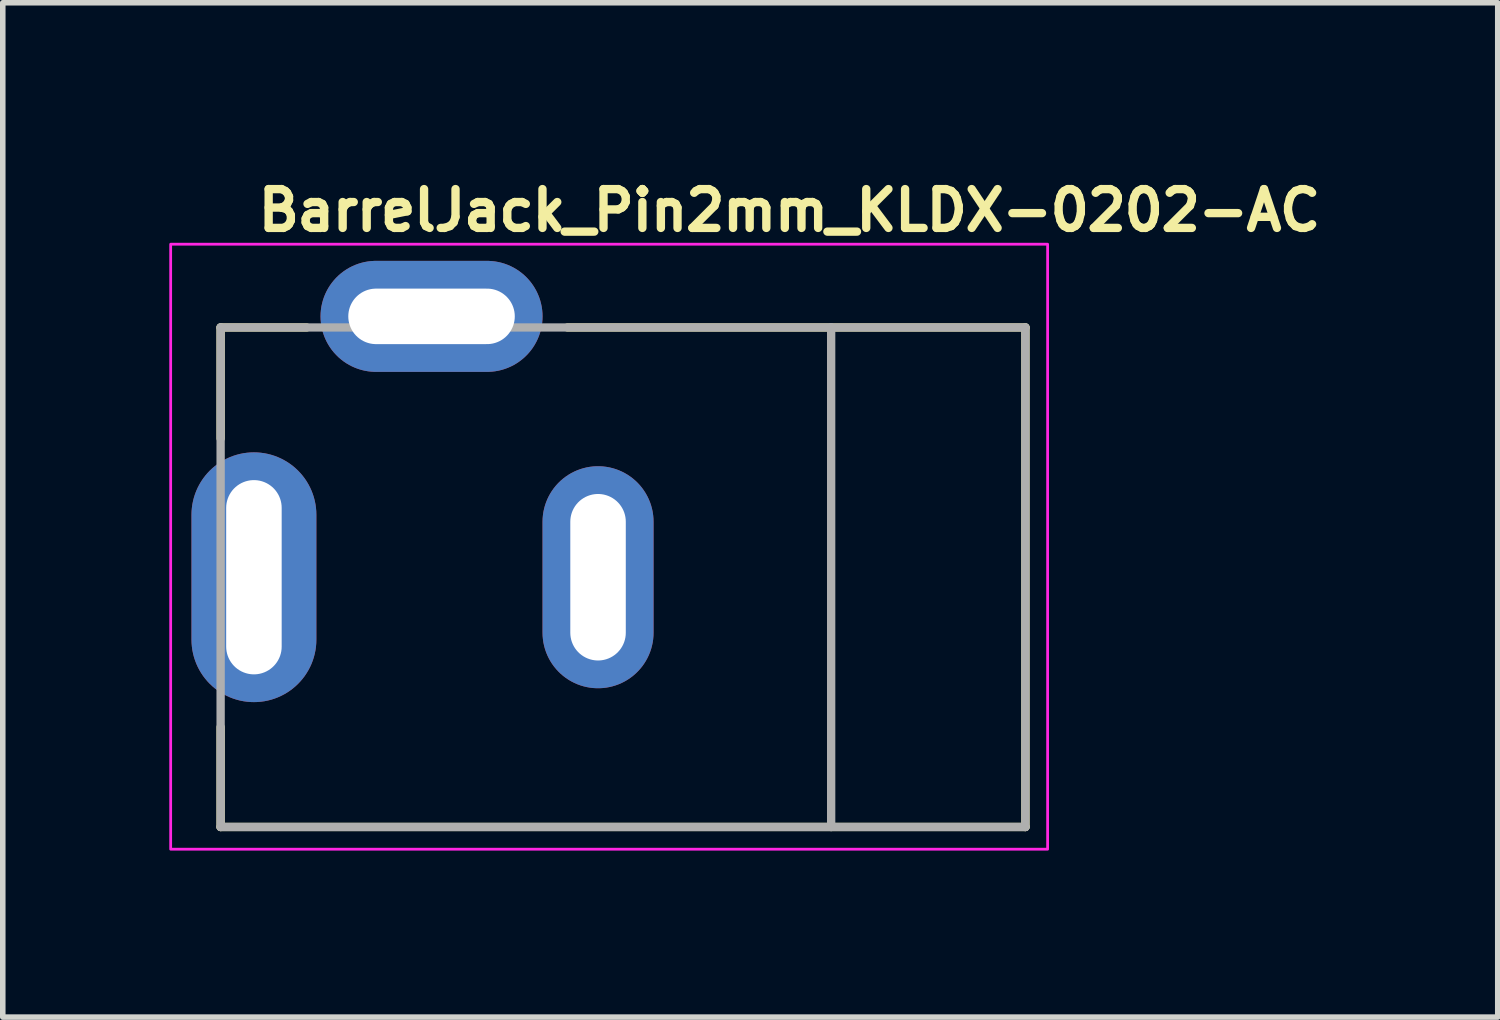
<source format=kicad_pcb>
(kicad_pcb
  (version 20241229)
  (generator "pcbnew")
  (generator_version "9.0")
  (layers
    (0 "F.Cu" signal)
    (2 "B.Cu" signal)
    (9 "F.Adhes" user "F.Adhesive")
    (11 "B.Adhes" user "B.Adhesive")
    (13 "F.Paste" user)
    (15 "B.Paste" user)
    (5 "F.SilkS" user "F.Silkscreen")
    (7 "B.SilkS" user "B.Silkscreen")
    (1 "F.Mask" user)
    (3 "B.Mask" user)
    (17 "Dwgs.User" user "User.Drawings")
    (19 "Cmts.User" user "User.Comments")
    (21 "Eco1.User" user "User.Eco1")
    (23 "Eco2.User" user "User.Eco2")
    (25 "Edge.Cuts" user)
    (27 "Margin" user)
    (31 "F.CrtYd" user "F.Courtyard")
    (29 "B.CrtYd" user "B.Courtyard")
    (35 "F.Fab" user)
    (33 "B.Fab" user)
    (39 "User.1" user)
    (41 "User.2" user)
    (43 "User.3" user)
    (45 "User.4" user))
  (footprint "BarrelJack_Pin2mm_KLDX-0202-AC"
    (layer "F.Cu")
    (at 1.525 7.35)
    (property "Reference" "BarrelJack_Pin2mm_KLDX-0202-AC" (at 0 -6.2 0) (layer "F.SilkS") (effects (font (size 0.7 0.7) (thickness 0.15)) (justify left bottom)))
    (attr through_hole)
    (fp_line (start -0.6 -4.5) (end 0.95 -4.5) (stroke (width 0.15) (type solid)) (layer "F.SilkS"))
    (fp_line (start -0.6 -2.5) (end -0.6 -4.5) (stroke (width 0.15) (type solid)) (layer "F.SilkS"))
    (fp_line (start -0.6 4.5) (end -0.6 2.7) (stroke (width 0.15) (type solid)) (layer "F.SilkS"))
    (fp_line (start 13.9 -4.5) (end 5.65 -4.5) (stroke (width 0.15) (type solid)) (layer "F.SilkS"))
    (fp_line (start 13.9 4.5) (end -0.6 4.5) (stroke (width 0.15) (type solid)) (layer "F.SilkS"))
    (fp_line (start 13.9 4.5) (end 13.9 -4.5) (stroke (width 0.15) (type solid)) (layer "F.SilkS"))
    (fp_rect (start -1.5 -6) (end 14.3 4.9) (stroke (width 0.05) (type solid)) (fill no) (layer "F.CrtYd"))
    (fp_line (start -0.6 -4.5) (end 10.4 -4.5) (stroke (width 0.15) (type solid)) (layer "F.Fab"))
    (fp_line (start -0.6 4.5) (end -0.6 -4.5) (stroke (width 0.15) (type solid)) (layer "F.Fab"))
    (fp_line (start 10.4 -4.5) (end 13.9 -4.5) (stroke (width 0.15) (type solid)) (layer "F.Fab"))
    (fp_line (start 10.4 4.5) (end -0.6 4.5) (stroke (width 0.15) (type solid)) (layer "F.Fab"))
    (fp_line (start 10.4 4.5) (end 10.4 -4.5) (stroke (width 0.15) (type solid)) (layer "F.Fab"))
    (fp_line (start 13.9 -4.5) (end 13.9 4.5) (stroke (width 0.15) (type solid)) (layer "F.Fab"))
    (fp_line (start 13.9 4.5) (end 10.4 4.5) (stroke (width 0.15) (type solid)) (layer "F.Fab"))
    (fp_rect (start 13.9 4.5) (end -0.6 -4.9) (stroke (width 0.1) (type solid)) (fill no) (layer "User.5"))
    (fp_line (start -0.6 -4.5) (end 0.2 -4.5) (stroke (width 0.02) (type solid)) (layer "User.9"))
    (fp_line (start -0.6 -2) (end -0.6 -4.5) (stroke (width 0.02) (type solid)) (layer "User.9"))
    (fp_line (start -0.6 -2) (end -0.2 -2) (stroke (width 0.02) (type solid)) (layer "User.9"))
    (fp_line (start -0.6 2) (end -0.2 2) (stroke (width 0.02) (type solid)) (layer "User.9"))
    (fp_line (start -0.6 4.5) (end -0.6 2) (stroke (width 0.02) (type solid)) (layer "User.9"))
    (fp_line (start -0.4 -1.335) (end -0.4 -1.325) (stroke (width 0.02) (type solid)) (layer "User.9"))
    (fp_line (start -0.4 -1.325) (end -0.4 -1.317) (stroke (width 0.02) (type solid)) (layer "User.9"))
    (fp_line (start -0.4 -1.317) (end -0.4 -1.325) (stroke (width 0.02) (type solid)) (layer "User.9"))
    (fp_line (start -0.4 -1.317) (end -0.4 -1.317) (stroke (width 0.02) (type solid)) (layer "User.9"))
    (fp_line (start -0.4 -1.317) (end -0.4 -1.317) (stroke (width 0.02) (type solid)) (layer "User.9"))
    (fp_line (start -0.4 -1.317) (end -0.4 -1.292) (stroke (width 0.02) (type solid)) (layer "User.9"))
    (fp_line (start -0.4 -1.292) (end -0.4 -1.317) (stroke (width 0.02) (type solid)) (layer "User.9"))
    (fp_line (start -0.4 -1.292) (end -0.4 -1.292) (stroke (width 0.02) (type solid)) (layer "User.9"))
    (fp_line (start -0.4 -1.292) (end -0.4 -1.292) (stroke (width 0.02) (type solid)) (layer "User.9"))
    (fp_line (start -0.4 -1.292) (end -0.4 -1.251) (stroke (width 0.02) (type solid)) (layer "User.9"))
    (fp_line (start -0.4 -1.251) (end -0.4 -1.292) (stroke (width 0.02) (type solid)) (layer "User.9"))
    (fp_line (start -0.4 -1.251) (end -0.4 -1.251) (stroke (width 0.02) (type solid)) (layer "User.9"))
    (fp_line (start -0.4 -1.251) (end -0.4 -1.251) (stroke (width 0.02) (type solid)) (layer "User.9"))
    (fp_line (start -0.4 -1.251) (end -0.4 -1.194) (stroke (width 0.02) (type solid)) (layer "User.9"))
    (fp_line (start -0.4 -1.194) (end -0.4 -1.251) (stroke (width 0.02) (type solid)) (layer "User.9"))
    (fp_line (start -0.4 -1.194) (end -0.4 -1.194) (stroke (width 0.02) (type solid)) (layer "User.9"))
    (fp_line (start -0.4 -1.194) (end -0.4 -1.194) (stroke (width 0.02) (type solid)) (layer "User.9"))
    (fp_line (start -0.4 -1.194) (end -0.4 -1.122) (stroke (width 0.02) (type solid)) (layer "User.9"))
    (fp_line (start -0.4 -1.122) (end -0.4 -1.194) (stroke (width 0.02) (type solid)) (layer "User.9"))
    (fp_line (start -0.4 -1.122) (end -0.4 -1.122) (stroke (width 0.02) (type solid)) (layer "User.9"))
    (fp_line (start -0.4 -1.122) (end -0.4 -1.122) (stroke (width 0.02) (type solid)) (layer "User.9"))
    (fp_line (start -0.4 -1.122) (end -0.4 -1.036) (stroke (width 0.02) (type solid)) (layer "User.9"))
    (fp_line (start -0.4 -1.036) (end -0.4 -1.122) (stroke (width 0.02) (type solid)) (layer "User.9"))
    (fp_line (start -0.4 -1.036) (end -0.4 -1.036) (stroke (width 0.02) (type solid)) (layer "User.9"))
    (fp_line (start -0.4 -1.036) (end -0.4 -1.036) (stroke (width 0.02) (type solid)) (layer "User.9"))
    (fp_line (start -0.4 -1.036) (end -0.4 -0.937) (stroke (width 0.02) (type solid)) (layer "User.9"))
    (fp_line (start -0.4 -0.937) (end -0.4 -1.036) (stroke (width 0.02) (type solid)) (layer "User.9"))
    (fp_line (start -0.4 -0.937) (end -0.4 -0.937) (stroke (width 0.02) (type solid)) (layer "User.9"))
    (fp_line (start -0.4 -0.937) (end -0.4 -0.937) (stroke (width 0.02) (type solid)) (layer "User.9"))
    (fp_line (start -0.4 -0.937) (end -0.4 -0.826) (stroke (width 0.02) (type solid)) (layer "User.9"))
    (fp_line (start -0.4 -0.826) (end -0.4 -0.937) (stroke (width 0.02) (type solid)) (layer "User.9"))
    (fp_line (start -0.4 -0.826) (end -0.4 -0.826) (stroke (width 0.02) (type solid)) (layer "User.9"))
    (fp_line (start -0.4 -0.826) (end -0.4 -0.826) (stroke (width 0.02) (type solid)) (layer "User.9"))
    (fp_line (start -0.4 -0.826) (end -0.4 -0.705) (stroke (width 0.02) (type solid)) (layer "User.9"))
    (fp_line (start -0.4 -0.705) (end -0.4 -0.826) (stroke (width 0.02) (type solid)) (layer "User.9"))
    (fp_line (start -0.4 -0.705) (end -0.4 -0.705) (stroke (width 0.02) (type solid)) (layer "User.9"))
    (fp_line (start -0.4 -0.705) (end -0.4 -0.705) (stroke (width 0.02) (type solid)) (layer "User.9"))
    (fp_line (start -0.4 -0.705) (end -0.4 -0.575) (stroke (width 0.02) (type solid)) (layer "User.9"))
    (fp_line (start -0.4 -0.575) (end -0.4 -0.575) (stroke (width 0.02) (type solid)) (layer "User.9"))
    (fp_line (start -0.4 -0.575) (end -0.4 0) (stroke (width 0.02) (type solid)) (layer "User.9"))
    (fp_line (start -0.4 -0.438) (end -0.4 -0.705) (stroke (width 0.02) (type solid)) (layer "User.9"))
    (fp_line (start -0.4 -0.438) (end -0.4 -0.438) (stroke (width 0.02) (type solid)) (layer "User.9"))
    (fp_line (start -0.4 0) (end -0.4 -0.438) (stroke (width 0.02) (type solid)) (layer "User.9"))
    (fp_line (start -0.4 0) (end -0.4 0.438) (stroke (width 0.02) (type solid)) (layer "User.9"))
    (fp_line (start -0.4 0.438) (end -0.4 0.438) (stroke (width 0.02) (type solid)) (layer "User.9"))
    (fp_line (start -0.4 0.438) (end -0.4 0.705) (stroke (width 0.02) (type solid)) (layer "User.9"))
    (fp_line (start -0.4 0.575) (end -0.4 0) (stroke (width 0.02) (type solid)) (layer "User.9"))
    (fp_line (start -0.4 0.575) (end -0.4 0.575) (stroke (width 0.02) (type solid)) (layer "User.9"))
    (fp_line (start -0.4 0.705) (end -0.4 0.575) (stroke (width 0.02) (type solid)) (layer "User.9"))
    (fp_line (start -0.4 0.705) (end -0.4 0.705) (stroke (width 0.02) (type solid)) (layer "User.9"))
    (fp_line (start -0.4 0.705) (end -0.4 0.705) (stroke (width 0.02) (type solid)) (layer "User.9"))
    (fp_line (start -0.4 0.705) (end -0.4 0.826) (stroke (width 0.02) (type solid)) (layer "User.9"))
    (fp_line (start -0.4 0.826) (end -0.4 0.705) (stroke (width 0.02) (type solid)) (layer "User.9"))
    (fp_line (start -0.4 0.826) (end -0.4 0.826) (stroke (width 0.02) (type solid)) (layer "User.9"))
    (fp_line (start -0.4 0.826) (end -0.4 0.826) (stroke (width 0.02) (type solid)) (layer "User.9"))
    (fp_line (start -0.4 0.826) (end -0.4 0.937) (stroke (width 0.02) (type solid)) (layer "User.9"))
    (fp_line (start -0.4 0.937) (end -0.4 0.826) (stroke (width 0.02) (type solid)) (layer "User.9"))
    (fp_line (start -0.4 0.937) (end -0.4 0.937) (stroke (width 0.02) (type solid)) (layer "User.9"))
    (fp_line (start -0.4 0.937) (end -0.4 0.937) (stroke (width 0.02) (type solid)) (layer "User.9"))
    (fp_line (start -0.4 0.937) (end -0.4 1.036) (stroke (width 0.02) (type solid)) (layer "User.9"))
    (fp_line (start -0.4 1.036) (end -0.4 0.937) (stroke (width 0.02) (type solid)) (layer "User.9"))
    (fp_line (start -0.4 1.036) (end -0.4 1.036) (stroke (width 0.02) (type solid)) (layer "User.9"))
    (fp_line (start -0.4 1.036) (end -0.4 1.036) (stroke (width 0.02) (type solid)) (layer "User.9"))
    (fp_line (start -0.4 1.036) (end -0.4 1.122) (stroke (width 0.02) (type solid)) (layer "User.9"))
    (fp_line (start -0.4 1.122) (end -0.4 1.036) (stroke (width 0.02) (type solid)) (layer "User.9"))
    (fp_line (start -0.4 1.122) (end -0.4 1.122) (stroke (width 0.02) (type solid)) (layer "User.9"))
    (fp_line (start -0.4 1.122) (end -0.4 1.122) (stroke (width 0.02) (type solid)) (layer "User.9"))
    (fp_line (start -0.4 1.122) (end -0.4 1.194) (stroke (width 0.02) (type solid)) (layer "User.9"))
    (fp_line (start -0.4 1.194) (end -0.4 1.122) (stroke (width 0.02) (type solid)) (layer "User.9"))
    (fp_line (start -0.4 1.194) (end -0.4 1.194) (stroke (width 0.02) (type solid)) (layer "User.9"))
    (fp_line (start -0.4 1.194) (end -0.4 1.194) (stroke (width 0.02) (type solid)) (layer "User.9"))
    (fp_line (start -0.4 1.194) (end -0.4 1.251) (stroke (width 0.02) (type solid)) (layer "User.9"))
    (fp_line (start -0.4 1.251) (end -0.4 1.194) (stroke (width 0.02) (type solid)) (layer "User.9"))
    (fp_line (start -0.4 1.251) (end -0.4 1.251) (stroke (width 0.02) (type solid)) (layer "User.9"))
    (fp_line (start -0.4 1.251) (end -0.4 1.251) (stroke (width 0.02) (type solid)) (layer "User.9"))
    (fp_line (start -0.4 1.251) (end -0.4 1.292) (stroke (width 0.02) (type solid)) (layer "User.9"))
    (fp_line (start -0.4 1.292) (end -0.4 1.251) (stroke (width 0.02) (type solid)) (layer "User.9"))
    (fp_line (start -0.4 1.292) (end -0.4 1.292) (stroke (width 0.02) (type solid)) (layer "User.9"))
    (fp_line (start -0.4 1.292) (end -0.4 1.292) (stroke (width 0.02) (type solid)) (layer "User.9"))
    (fp_line (start -0.4 1.292) (end -0.4 1.317) (stroke (width 0.02) (type solid)) (layer "User.9"))
    (fp_line (start -0.4 1.317) (end -0.4 1.292) (stroke (width 0.02) (type solid)) (layer "User.9"))
    (fp_line (start -0.4 1.317) (end -0.4 1.317) (stroke (width 0.02) (type solid)) (layer "User.9"))
    (fp_line (start -0.4 1.317) (end -0.4 1.317) (stroke (width 0.02) (type solid)) (layer "User.9"))
    (fp_line (start -0.4 1.317) (end -0.4 1.325) (stroke (width 0.02) (type solid)) (layer "User.9"))
    (fp_line (start -0.4 1.325) (end -0.4 1.317) (stroke (width 0.02) (type solid)) (layer "User.9"))
    (fp_line (start -0.4 1.335) (end -0.4 1.325) (stroke (width 0.02) (type solid)) (layer "User.9"))
    (fp_line (start -0.399 -1.345) (end -0.4 -1.335) (stroke (width 0.02) (type solid)) (layer "User.9"))
    (fp_line (start -0.399 1.345) (end -0.4 1.335) (stroke (width 0.02) (type solid)) (layer "User.9"))
    (fp_line (start -0.398 -1.355) (end -0.399 -1.345) (stroke (width 0.02) (type solid)) (layer "User.9"))
    (fp_line (start -0.398 1.355) (end -0.399 1.345) (stroke (width 0.02) (type solid)) (layer "User.9"))
    (fp_line (start -0.396 -1.365) (end -0.398 -1.355) (stroke (width 0.02) (type solid)) (layer "User.9"))
    (fp_line (start -0.396 1.365) (end -0.398 1.355) (stroke (width 0.02) (type solid)) (layer "User.9"))
    (fp_line (start -0.394 -1.375) (end -0.396 -1.365) (stroke (width 0.02) (type solid)) (layer "User.9"))
    (fp_line (start -0.394 1.375) (end -0.396 1.365) (stroke (width 0.02) (type solid)) (layer "User.9"))
    (fp_line (start -0.391 -1.384) (end -0.394 -1.375) (stroke (width 0.02) (type solid)) (layer "User.9"))
    (fp_line (start -0.391 1.384) (end -0.394 1.375) (stroke (width 0.02) (type solid)) (layer "User.9"))
    (fp_line (start -0.388 -1.393) (end -0.391 -1.384) (stroke (width 0.02) (type solid)) (layer "User.9"))
    (fp_line (start -0.388 1.393) (end -0.391 1.384) (stroke (width 0.02) (type solid)) (layer "User.9"))
    (fp_line (start -0.385 -1.403) (end -0.388 -1.393) (stroke (width 0.02) (type solid)) (layer "User.9"))
    (fp_line (start -0.385 1.403) (end -0.388 1.393) (stroke (width 0.02) (type solid)) (layer "User.9"))
    (fp_line (start -0.38 -1.411) (end -0.385 -1.403) (stroke (width 0.02) (type solid)) (layer "User.9"))
    (fp_line (start -0.38 1.411) (end -0.385 1.403) (stroke (width 0.02) (type solid)) (layer "User.9"))
    (fp_line (start -0.376 -1.42) (end -0.38 -1.411) (stroke (width 0.02) (type solid)) (layer "User.9"))
    (fp_line (start -0.376 1.42) (end -0.38 1.411) (stroke (width 0.02) (type solid)) (layer "User.9"))
    (fp_line (start -0.371 -1.429) (end -0.376 -1.42) (stroke (width 0.02) (type solid)) (layer "User.9"))
    (fp_line (start -0.371 1.429) (end -0.376 1.42) (stroke (width 0.02) (type solid)) (layer "User.9"))
    (fp_line (start -0.365 -1.437) (end -0.371 -1.429) (stroke (width 0.02) (type solid)) (layer "User.9"))
    (fp_line (start -0.365 1.437) (end -0.371 1.429) (stroke (width 0.02) (type solid)) (layer "User.9"))
    (fp_line (start -0.36 -1.445) (end -0.365 -1.437) (stroke (width 0.02) (type solid)) (layer "User.9"))
    (fp_line (start -0.36 1.445) (end -0.365 1.437) (stroke (width 0.02) (type solid)) (layer "User.9"))
    (fp_line (start -0.354 -1.453) (end -0.36 -1.445) (stroke (width 0.02) (type solid)) (layer "User.9"))
    (fp_line (start -0.354 1.453) (end -0.36 1.445) (stroke (width 0.02) (type solid)) (layer "User.9"))
    (fp_line (start -0.347 -1.46) (end -0.354 -1.453) (stroke (width 0.02) (type solid)) (layer "User.9"))
    (fp_line (start -0.347 1.46) (end -0.354 1.453) (stroke (width 0.02) (type solid)) (layer "User.9"))
    (fp_line (start -0.34 -1.467) (end -0.347 -1.46) (stroke (width 0.02) (type solid)) (layer "User.9"))
    (fp_line (start -0.34 1.467) (end -0.347 1.46) (stroke (width 0.02) (type solid)) (layer "User.9"))
    (fp_line (start -0.333 -1.474) (end -0.34 -1.467) (stroke (width 0.02) (type solid)) (layer "User.9"))
    (fp_line (start -0.333 1.474) (end -0.34 1.467) (stroke (width 0.02) (type solid)) (layer "User.9"))
    (fp_line (start -0.326 -1.48) (end -0.333 -1.474) (stroke (width 0.02) (type solid)) (layer "User.9"))
    (fp_line (start -0.326 1.48) (end -0.333 1.474) (stroke (width 0.02) (type solid)) (layer "User.9"))
    (fp_line (start -0.318 -1.486) (end -0.326 -1.48) (stroke (width 0.02) (type solid)) (layer "User.9"))
    (fp_line (start -0.318 1.486) (end -0.326 1.48) (stroke (width 0.02) (type solid)) (layer "User.9"))
    (fp_line (start -0.31 -1.492) (end -0.318 -1.486) (stroke (width 0.02) (type solid)) (layer "User.9"))
    (fp_line (start -0.31 1.492) (end -0.318 1.486) (stroke (width 0.02) (type solid)) (layer "User.9"))
    (fp_line (start -0.302 -1.497) (end -0.31 -1.492) (stroke (width 0.02) (type solid)) (layer "User.9"))
    (fp_line (start -0.302 1.497) (end -0.31 1.492) (stroke (width 0.02) (type solid)) (layer "User.9"))
    (fp_line (start -0.293 -1.502) (end -0.302 -1.497) (stroke (width 0.02) (type solid)) (layer "User.9"))
    (fp_line (start -0.293 1.502) (end -0.302 1.497) (stroke (width 0.02) (type solid)) (layer "User.9"))
    (fp_line (start -0.285 -1.506) (end -0.293 -1.502) (stroke (width 0.02) (type solid)) (layer "User.9"))
    (fp_line (start -0.285 1.506) (end -0.293 1.502) (stroke (width 0.02) (type solid)) (layer "User.9"))
    (fp_line (start -0.276 -1.51) (end -0.285 -1.506) (stroke (width 0.02) (type solid)) (layer "User.9"))
    (fp_line (start -0.276 1.51) (end -0.285 1.506) (stroke (width 0.02) (type solid)) (layer "User.9"))
    (fp_line (start -0.267 -1.514) (end -0.276 -1.51) (stroke (width 0.02) (type solid)) (layer "User.9"))
    (fp_line (start -0.267 1.514) (end -0.276 1.51) (stroke (width 0.02) (type solid)) (layer "User.9"))
    (fp_line (start -0.258 -1.517) (end -0.267 -1.514) (stroke (width 0.02) (type solid)) (layer "User.9"))
    (fp_line (start -0.258 1.517) (end -0.267 1.514) (stroke (width 0.02) (type solid)) (layer "User.9"))
    (fp_line (start -0.248 -1.52) (end -0.258 -1.517) (stroke (width 0.02) (type solid)) (layer "User.9"))
    (fp_line (start -0.248 1.52) (end -0.258 1.517) (stroke (width 0.02) (type solid)) (layer "User.9"))
    (fp_line (start -0.239 -1.522) (end -0.248 -1.52) (stroke (width 0.02) (type solid)) (layer "User.9"))
    (fp_line (start -0.239 1.522) (end -0.248 1.52) (stroke (width 0.02) (type solid)) (layer "User.9"))
    (fp_line (start -0.229 -1.523) (end -0.239 -1.522) (stroke (width 0.02) (type solid)) (layer "User.9"))
    (fp_line (start -0.229 1.523) (end -0.239 1.522) (stroke (width 0.02) (type solid)) (layer "User.9"))
    (fp_line (start -0.22 -1.524) (end -0.229 -1.523) (stroke (width 0.02) (type solid)) (layer "User.9"))
    (fp_line (start -0.22 1.524) (end -0.229 1.523) (stroke (width 0.02) (type solid)) (layer "User.9"))
    (fp_line (start -0.21 -1.525) (end -0.22 -1.524) (stroke (width 0.02) (type solid)) (layer "User.9"))
    (fp_line (start -0.21 1.525) (end -0.22 1.524) (stroke (width 0.02) (type solid)) (layer "User.9"))
    (fp_line (start -0.2 -2.25) (end -0.2 -2.194) (stroke (width 0.02) (type solid)) (layer "User.9"))
    (fp_line (start -0.2 -2.194) (end -0.2 -2.194) (stroke (width 0.02) (type solid)) (layer "User.9"))
    (fp_line (start -0.2 -2.194) (end -0.2 -2.027) (stroke (width 0.02) (type solid)) (layer "User.9"))
    (fp_line (start -0.2 -2.027) (end -0.2 -2.027) (stroke (width 0.02) (type solid)) (layer "User.9"))
    (fp_line (start -0.2 -2.027) (end -0.2 -1.759) (stroke (width 0.02) (type solid)) (layer "User.9"))
    (fp_line (start -0.2 -1.759) (end -0.2 -1.759) (stroke (width 0.02) (type solid)) (layer "User.9"))
    (fp_line (start -0.2 -1.759) (end -0.2 -1.403) (stroke (width 0.02) (type solid)) (layer "User.9"))
    (fp_line (start -0.2 -1.525) (end -0.21 -1.525) (stroke (width 0.02) (type solid)) (layer "User.9"))
    (fp_line (start -0.2 -1.403) (end -0.2 -1.403) (stroke (width 0.02) (type solid)) (layer "User.9"))
    (fp_line (start -0.2 -1.403) (end -0.2 -0.976) (stroke (width 0.02) (type solid)) (layer "User.9"))
    (fp_line (start -0.2 -0.976) (end -0.2 -0.976) (stroke (width 0.02) (type solid)) (layer "User.9"))
    (fp_line (start -0.2 -0.976) (end -0.2 -0.501) (stroke (width 0.02) (type solid)) (layer "User.9"))
    (fp_line (start -0.2 -0.501) (end -0.2 -0.501) (stroke (width 0.02) (type solid)) (layer "User.9"))
    (fp_line (start -0.2 -0.501) (end -0.2 0) (stroke (width 0.02) (type solid)) (layer "User.9"))
    (fp_line (start -0.2 0) (end -0.2 0) (stroke (width 0.02) (type solid)) (layer "User.9"))
    (fp_line (start -0.2 0) (end -0.2 0.501) (stroke (width 0.02) (type solid)) (layer "User.9"))
    (fp_line (start -0.2 0.501) (end -0.2 0.501) (stroke (width 0.02) (type solid)) (layer "User.9"))
    (fp_line (start -0.2 0.501) (end -0.2 0.976) (stroke (width 0.02) (type solid)) (layer "User.9"))
    (fp_line (start -0.2 0.976) (end -0.2 0.976) (stroke (width 0.02) (type solid)) (layer "User.9"))
    (fp_line (start -0.2 0.976) (end -0.2 1.403) (stroke (width 0.02) (type solid)) (layer "User.9"))
    (fp_line (start -0.2 1.403) (end -0.2 1.403) (stroke (width 0.02) (type solid)) (layer "User.9"))
    (fp_line (start -0.2 1.403) (end -0.2 1.759) (stroke (width 0.02) (type solid)) (layer "User.9"))
    (fp_line (start -0.2 1.525) (end -0.21 1.525) (stroke (width 0.02) (type solid)) (layer "User.9"))
    (fp_line (start -0.2 1.759) (end -0.2 1.759) (stroke (width 0.02) (type solid)) (layer "User.9"))
    (fp_line (start -0.2 1.759) (end -0.2 2.027) (stroke (width 0.02) (type solid)) (layer "User.9"))
    (fp_line (start -0.2 2.027) (end -0.2 2.027) (stroke (width 0.02) (type solid)) (layer "User.9"))
    (fp_line (start -0.2 2.027) (end -0.2 2.194) (stroke (width 0.02) (type solid)) (layer "User.9"))
    (fp_line (start -0.2 2.194) (end -0.2 2.194) (stroke (width 0.02) (type solid)) (layer "User.9"))
    (fp_line (start -0.2 2.194) (end -0.2 2.25) (stroke (width 0.02) (type solid)) (layer "User.9"))
    (fp_line (start 0.2 -4.5) (end 10.4 -4.5) (stroke (width 0.02) (type solid)) (layer "User.9"))
    (fp_line (start 0.2 -4.028) (end 0.2 -4.5) (stroke (width 0.02) (type solid)) (layer "User.9"))
    (fp_line (start 0.2 -4.028) (end 10.4 -4.028) (stroke (width 0.02) (type solid)) (layer "User.9"))
    (fp_line (start 0.2 -4.002) (end 0.2 -4.028) (stroke (width 0.02) (type solid)) (layer "User.9"))
    (fp_line (start 0.2 -4.002) (end 0.2 -4.002) (stroke (width 0.02) (type solid)) (layer "User.9"))
    (fp_line (start 0.2 -3.927) (end 0.2 -4.002) (stroke (width 0.02) (type solid)) (layer "User.9"))
    (fp_line (start 0.2 -3.927) (end 0.2 -3.927) (stroke (width 0.02) (type solid)) (layer "User.9"))
    (fp_line (start 0.2 -3.803) (end 0.2 -3.927) (stroke (width 0.02) (type solid)) (layer "User.9"))
    (fp_line (start 0.2 -3.803) (end 0.2 -3.803) (stroke (width 0.02) (type solid)) (layer "User.9"))
    (fp_line (start 0.2 -3.631) (end 0.2 -3.803) (stroke (width 0.02) (type solid)) (layer "User.9"))
    (fp_line (start 0.2 -3.631) (end 0.2 -3.631) (stroke (width 0.02) (type solid)) (layer "User.9"))
    (fp_line (start 0.2 -3.414) (end 0.2 -3.631) (stroke (width 0.02) (type solid)) (layer "User.9"))
    (fp_line (start 0.2 -3.414) (end 0.2 -3.414) (stroke (width 0.02) (type solid)) (layer "User.9"))
    (fp_line (start 0.2 -3.155) (end 0.2 -3.414) (stroke (width 0.02) (type solid)) (layer "User.9"))
    (fp_line (start 0.2 -3.155) (end 0.2 -3.155) (stroke (width 0.02) (type solid)) (layer "User.9"))
    (fp_line (start 0.2 -2.856) (end 0.2 -3.155) (stroke (width 0.02) (type solid)) (layer "User.9"))
    (fp_line (start 0.2 -2.856) (end 0.2 -2.856) (stroke (width 0.02) (type solid)) (layer "User.9"))
    (fp_line (start 0.2 -2.522) (end 0.2 -2.856) (stroke (width 0.02) (type solid)) (layer "User.9"))
    (fp_line (start 0.2 -2.522) (end 0.2 -2.522) (stroke (width 0.02) (type solid)) (layer "User.9"))
    (fp_line (start 0.2 -2.25) (end -0.2 -2.25) (stroke (width 0.02) (type solid)) (layer "User.9"))
    (fp_line (start 0.2 -2.156) (end 0.2 -2.522) (stroke (width 0.02) (type solid)) (layer "User.9"))
    (fp_line (start 0.2 -2.156) (end 0.2 -2.156) (stroke (width 0.02) (type solid)) (layer "User.9"))
    (fp_line (start 0.2 -1.763) (end 0.2 -2.156) (stroke (width 0.02) (type solid)) (layer "User.9"))
    (fp_line (start 0.2 -1.763) (end 0.2 -1.763) (stroke (width 0.02) (type solid)) (layer "User.9"))
    (fp_line (start 0.2 -1.349) (end 0.2 -1.763) (stroke (width 0.02) (type solid)) (layer "User.9"))
    (fp_line (start 0.2 -1.349) (end 0.2 -1.349) (stroke (width 0.02) (type solid)) (layer "User.9"))
    (fp_line (start 0.2 -0.918) (end 0.2 -1.349) (stroke (width 0.02) (type solid)) (layer "User.9"))
    (fp_line (start 0.2 -0.918) (end 0.2 -0.918) (stroke (width 0.02) (type solid)) (layer "User.9"))
    (fp_line (start 0.2 -0.475) (end 0.2 -0.918) (stroke (width 0.02) (type solid)) (layer "User.9"))
    (fp_line (start 0.2 -0.475) (end 0.2 -0.475) (stroke (width 0.02) (type solid)) (layer "User.9"))
    (fp_line (start 0.2 -0.028) (end 0.2 -0.475) (stroke (width 0.02) (type solid)) (layer "User.9"))
    (fp_line (start 0.2 0.862) (end 0.2 -0.028) (stroke (width 0.02) (type solid)) (layer "User.9"))
    (fp_line (start 0.2 0.862) (end 0.2 0.862) (stroke (width 0.02) (type solid)) (layer "User.9"))
    (fp_line (start 0.2 1.294) (end 0.2 0.862) (stroke (width 0.02) (type solid)) (layer "User.9"))
    (fp_line (start 0.2 1.294) (end 0.2 1.294) (stroke (width 0.02) (type solid)) (layer "User.9"))
    (fp_line (start 0.2 1.708) (end 0.2 1.294) (stroke (width 0.02) (type solid)) (layer "User.9"))
    (fp_line (start 0.2 1.708) (end 0.2 1.708) (stroke (width 0.02) (type solid)) (layer "User.9"))
    (fp_line (start 0.2 2.101) (end 0.2 1.708) (stroke (width 0.02) (type solid)) (layer "User.9"))
    (fp_line (start 0.2 2.101) (end 0.2 2.101) (stroke (width 0.02) (type solid)) (layer "User.9"))
    (fp_line (start 0.2 2.25) (end -0.2 2.25) (stroke (width 0.02) (type solid)) (layer "User.9"))
    (fp_line (start 0.2 2.466) (end 0.2 2.101) (stroke (width 0.02) (type solid)) (layer "User.9"))
    (fp_line (start 0.2 2.466) (end 0.2 2.466) (stroke (width 0.02) (type solid)) (layer "User.9"))
    (fp_line (start 0.2 2.801) (end 0.2 2.466) (stroke (width 0.02) (type solid)) (layer "User.9"))
    (fp_line (start 0.2 2.801) (end 0.2 2.801) (stroke (width 0.02) (type solid)) (layer "User.9"))
    (fp_line (start 0.2 3.1) (end 0.2 2.801) (stroke (width 0.02) (type solid)) (layer "User.9"))
    (fp_line (start 0.2 3.1) (end 0.2 3.1) (stroke (width 0.02) (type solid)) (layer "User.9"))
    (fp_line (start 0.2 3.359) (end 0.2 3.1) (stroke (width 0.02) (type solid)) (layer "User.9"))
    (fp_line (start 0.2 3.359) (end 0.2 3.359) (stroke (width 0.02) (type solid)) (layer "User.9"))
    (fp_line (start 0.2 3.576) (end 0.2 3.359) (stroke (width 0.02) (type solid)) (layer "User.9"))
    (fp_line (start 0.2 3.576) (end 0.2 3.576) (stroke (width 0.02) (type solid)) (layer "User.9"))
    (fp_line (start 0.2 3.748) (end 0.2 3.576) (stroke (width 0.02) (type solid)) (layer "User.9"))
    (fp_line (start 0.2 3.748) (end 0.2 3.748) (stroke (width 0.02) (type solid)) (layer "User.9"))
    (fp_line (start 0.2 3.872) (end 0.2 3.748) (stroke (width 0.02) (type solid)) (layer "User.9"))
    (fp_line (start 0.2 3.872) (end 0.2 3.872) (stroke (width 0.02) (type solid)) (layer "User.9"))
    (fp_line (start 0.2 3.947) (end 0.2 3.872) (stroke (width 0.02) (type solid)) (layer "User.9"))
    (fp_line (start 0.2 3.947) (end 0.2 3.947) (stroke (width 0.02) (type solid)) (layer "User.9"))
    (fp_line (start 0.2 3.972) (end 0.2 3.947) (stroke (width 0.02) (type solid)) (layer "User.9"))
    (fp_line (start 0.2 4.5) (end -0.6 4.5) (stroke (width 0.02) (type solid)) (layer "User.9"))
    (fp_line (start 0.2 4.5) (end 0.2 3.972) (stroke (width 0.02) (type solid)) (layer "User.9"))
    (fp_line (start 2 -4.9) (end 4.4 -4.9) (stroke (width 0.02) (type solid)) (layer "User.9"))
    (fp_line (start 2 -4.812) (end 2 -4.9) (stroke (width 0.02) (type solid)) (layer "User.9"))
    (fp_line (start 2 -4.812) (end 2 -4.812) (stroke (width 0.02) (type solid)) (layer "User.9"))
    (fp_line (start 2 -4.6) (end 2 -4.812) (stroke (width 0.02) (type solid)) (layer "User.9"))
    (fp_line (start 2 -4.6) (end 2 -4.5) (stroke (width 0.02) (type solid)) (layer "User.9"))
    (fp_line (start 4.4 -4.812) (end 4.4 -4.9) (stroke (width 0.02) (type solid)) (layer "User.9"))
    (fp_line (start 4.4 -4.812) (end 4.4 -4.812) (stroke (width 0.02) (type solid)) (layer "User.9"))
    (fp_line (start 4.4 -4.6) (end 4.4 -4.812) (stroke (width 0.02) (type solid)) (layer "User.9"))
    (fp_line (start 4.4 -4.6) (end 4.4 -4.5) (stroke (width 0.02) (type solid)) (layer "User.9"))
    (fp_line (start 10.4 -4.5) (end 13.65 -4.5) (stroke (width 0.02) (type solid)) (layer "User.9"))
    (fp_line (start 10.4 -4.495) (end 10.4 -4.5) (stroke (width 0.02) (type solid)) (layer "User.9"))
    (fp_line (start 10.4 -4.495) (end 10.4 -4.495) (stroke (width 0.02) (type solid)) (layer "User.9"))
    (fp_line (start 10.4 -4.481) (end 10.4 -4.495) (stroke (width 0.02) (type solid)) (layer "User.9"))
    (fp_line (start 10.4 -4.481) (end 10.4 -4.481) (stroke (width 0.02) (type solid)) (layer "User.9"))
    (fp_line (start 10.4 -4.458) (end 10.4 -4.481) (stroke (width 0.02) (type solid)) (layer "User.9"))
    (fp_line (start 10.4 -4.458) (end 10.4 -4.458) (stroke (width 0.02) (type solid)) (layer "User.9"))
    (fp_line (start 10.4 -4.426) (end 10.4 -4.458) (stroke (width 0.02) (type solid)) (layer "User.9"))
    (fp_line (start 10.4 -4.426) (end 10.4 -4.426) (stroke (width 0.02) (type solid)) (layer "User.9"))
    (fp_line (start 10.4 -4.336) (end 10.4 -4.426) (stroke (width 0.02) (type solid)) (layer "User.9"))
    (fp_line (start 10.4 -4.336) (end 10.4 -4.336) (stroke (width 0.02) (type solid)) (layer "User.9"))
    (fp_line (start 10.4 -4.28) (end 10.4 -4.336) (stroke (width 0.02) (type solid)) (layer "User.9"))
    (fp_line (start 10.4 -4.28) (end 10.4 -4.28) (stroke (width 0.02) (type solid)) (layer "User.9"))
    (fp_line (start 10.4 -4.028) (end 10.4 -4.5) (stroke (width 0.02) (type solid)) (layer "User.9"))
    (fp_line (start 10.4 -3.75) (end 10.4 -4.28) (stroke (width 0.02) (type solid)) (layer "User.9"))
    (fp_line (start 10.4 -3.75) (end 10.4 3.75) (stroke (width 0.02) (type solid)) (layer "User.9"))
    (fp_line (start 10.4 3.75) (end 10.4 4.28) (stroke (width 0.02) (type solid)) (layer "User.9"))
    (fp_line (start 10.4 3.972) (end 0.2 3.972) (stroke (width 0.02) (type solid)) (layer "User.9"))
    (fp_line (start 10.4 4.28) (end 10.4 4.28) (stroke (width 0.02) (type solid)) (layer "User.9"))
    (fp_line (start 10.4 4.28) (end 10.4 4.336) (stroke (width 0.02) (type solid)) (layer "User.9"))
    (fp_line (start 10.4 4.336) (end 10.4 4.336) (stroke (width 0.02) (type solid)) (layer "User.9"))
    (fp_line (start 10.4 4.336) (end 10.4 4.426) (stroke (width 0.02) (type solid)) (layer "User.9"))
    (fp_line (start 10.4 4.426) (end 10.4 4.426) (stroke (width 0.02) (type solid)) (layer "User.9"))
    (fp_line (start 10.4 4.426) (end 10.4 4.458) (stroke (width 0.02) (type solid)) (layer "User.9"))
    (fp_line (start 10.4 4.458) (end 10.4 4.458) (stroke (width 0.02) (type solid)) (layer "User.9"))
    (fp_line (start 10.4 4.458) (end 10.4 4.481) (stroke (width 0.02) (type solid)) (layer "User.9"))
    (fp_line (start 10.4 4.481) (end 10.4 4.481) (stroke (width 0.02) (type solid)) (layer "User.9"))
    (fp_line (start 10.4 4.481) (end 10.4 4.495) (stroke (width 0.02) (type solid)) (layer "User.9"))
    (fp_line (start 10.4 4.495) (end 10.4 4.495) (stroke (width 0.02) (type solid)) (layer "User.9"))
    (fp_line (start 10.4 4.495) (end 10.4 4.5) (stroke (width 0.02) (type solid)) (layer "User.9"))
    (fp_line (start 10.4 4.5) (end 0.2 4.5) (stroke (width 0.02) (type solid)) (layer "User.9"))
    (fp_line (start 13.65 -4.5) (end 13.662 -4.5) (stroke (width 0.02) (type solid)) (layer "User.9"))
    (fp_line (start 13.65 4.5) (end 10.4 4.5) (stroke (width 0.02) (type solid)) (layer "User.9"))
    (fp_line (start 13.65 4.5) (end 13.662 4.5) (stroke (width 0.02) (type solid)) (layer "User.9"))
    (fp_line (start 13.662 -4.5) (end 13.65 -4.5) (stroke (width 0.02) (type solid)) (layer "User.9"))
    (fp_line (start 13.662 -4.5) (end 13.675 -4.499) (stroke (width 0.02) (type solid)) (layer "User.9"))
    (fp_line (start 13.662 4.5) (end 13.65 4.5) (stroke (width 0.02) (type solid)) (layer "User.9"))
    (fp_line (start 13.662 4.5) (end 13.675 4.499) (stroke (width 0.02) (type solid)) (layer "User.9"))
    (fp_line (start 13.675 -4.499) (end 13.662 -4.5) (stroke (width 0.02) (type solid)) (layer "User.9"))
    (fp_line (start 13.675 -4.499) (end 13.687 -4.497) (stroke (width 0.02) (type solid)) (layer "User.9"))
    (fp_line (start 13.675 4.499) (end 13.662 4.5) (stroke (width 0.02) (type solid)) (layer "User.9"))
    (fp_line (start 13.675 4.499) (end 13.687 4.497) (stroke (width 0.02) (type solid)) (layer "User.9"))
    (fp_line (start 13.687 -4.497) (end 13.675 -4.499) (stroke (width 0.02) (type solid)) (layer "User.9"))
    (fp_line (start 13.687 -4.497) (end 13.699 -4.495) (stroke (width 0.02) (type solid)) (layer "User.9"))
    (fp_line (start 13.687 4.497) (end 13.675 4.499) (stroke (width 0.02) (type solid)) (layer "User.9"))
    (fp_line (start 13.687 4.497) (end 13.699 4.495) (stroke (width 0.02) (type solid)) (layer "User.9"))
    (fp_line (start 13.699 -4.495) (end 13.687 -4.497) (stroke (width 0.02) (type solid)) (layer "User.9"))
    (fp_line (start 13.699 -4.495) (end 13.711 -4.492) (stroke (width 0.02) (type solid)) (layer "User.9"))
    (fp_line (start 13.699 4.495) (end 13.687 4.497) (stroke (width 0.02) (type solid)) (layer "User.9"))
    (fp_line (start 13.699 4.495) (end 13.711 4.492) (stroke (width 0.02) (type solid)) (layer "User.9"))
    (fp_line (start 13.711 -4.492) (end 13.699 -4.495) (stroke (width 0.02) (type solid)) (layer "User.9"))
    (fp_line (start 13.711 -4.492) (end 13.723 -4.489) (stroke (width 0.02) (type solid)) (layer "User.9"))
    (fp_line (start 13.711 4.492) (end 13.699 4.495) (stroke (width 0.02) (type solid)) (layer "User.9"))
    (fp_line (start 13.711 4.492) (end 13.723 4.489) (stroke (width 0.02) (type solid)) (layer "User.9"))
    (fp_line (start 13.723 -4.489) (end 13.711 -4.492) (stroke (width 0.02) (type solid)) (layer "User.9"))
    (fp_line (start 13.723 -4.489) (end 13.734 -4.485) (stroke (width 0.02) (type solid)) (layer "User.9"))
    (fp_line (start 13.723 4.489) (end 13.711 4.492) (stroke (width 0.02) (type solid)) (layer "User.9"))
    (fp_line (start 13.723 4.489) (end 13.734 4.485) (stroke (width 0.02) (type solid)) (layer "User.9"))
    (fp_line (start 13.734 -4.485) (end 13.723 -4.489) (stroke (width 0.02) (type solid)) (layer "User.9"))
    (fp_line (start 13.734 -4.485) (end 13.746 -4.481) (stroke (width 0.02) (type solid)) (layer "User.9"))
    (fp_line (start 13.734 4.485) (end 13.723 4.489) (stroke (width 0.02) (type solid)) (layer "User.9"))
    (fp_line (start 13.734 4.485) (end 13.746 4.481) (stroke (width 0.02) (type solid)) (layer "User.9"))
    (fp_line (start 13.746 -4.481) (end 13.734 -4.485) (stroke (width 0.02) (type solid)) (layer "User.9"))
    (fp_line (start 13.746 -4.481) (end 13.757 -4.476) (stroke (width 0.02) (type solid)) (layer "User.9"))
    (fp_line (start 13.746 4.481) (end 13.734 4.485) (stroke (width 0.02) (type solid)) (layer "User.9"))
    (fp_line (start 13.746 4.481) (end 13.757 4.476) (stroke (width 0.02) (type solid)) (layer "User.9"))
    (fp_line (start 13.757 -4.476) (end 13.746 -4.481) (stroke (width 0.02) (type solid)) (layer "User.9"))
    (fp_line (start 13.757 -4.476) (end 13.768 -4.471) (stroke (width 0.02) (type solid)) (layer "User.9"))
    (fp_line (start 13.757 4.476) (end 13.746 4.481) (stroke (width 0.02) (type solid)) (layer "User.9"))
    (fp_line (start 13.757 4.476) (end 13.768 4.471) (stroke (width 0.02) (type solid)) (layer "User.9"))
    (fp_line (start 13.768 -4.471) (end 13.757 -4.476) (stroke (width 0.02) (type solid)) (layer "User.9"))
    (fp_line (start 13.768 -4.471) (end 13.778 -4.465) (stroke (width 0.02) (type solid)) (layer "User.9"))
    (fp_line (start 13.768 4.471) (end 13.757 4.476) (stroke (width 0.02) (type solid)) (layer "User.9"))
    (fp_line (start 13.768 4.471) (end 13.778 4.465) (stroke (width 0.02) (type solid)) (layer "User.9"))
    (fp_line (start 13.778 -4.465) (end 13.768 -4.471) (stroke (width 0.02) (type solid)) (layer "User.9"))
    (fp_line (start 13.778 -4.465) (end 13.789 -4.458) (stroke (width 0.02) (type solid)) (layer "User.9"))
    (fp_line (start 13.778 4.465) (end 13.768 4.471) (stroke (width 0.02) (type solid)) (layer "User.9"))
    (fp_line (start 13.778 4.465) (end 13.789 4.458) (stroke (width 0.02) (type solid)) (layer "User.9"))
    (fp_line (start 13.789 -4.458) (end 13.778 -4.465) (stroke (width 0.02) (type solid)) (layer "User.9"))
    (fp_line (start 13.789 -4.458) (end 13.799 -4.451) (stroke (width 0.02) (type solid)) (layer "User.9"))
    (fp_line (start 13.789 4.458) (end 13.778 4.465) (stroke (width 0.02) (type solid)) (layer "User.9"))
    (fp_line (start 13.789 4.458) (end 13.799 4.451) (stroke (width 0.02) (type solid)) (layer "User.9"))
    (fp_line (start 13.799 -4.451) (end 13.789 -4.458) (stroke (width 0.02) (type solid)) (layer "User.9"))
    (fp_line (start 13.799 -4.451) (end 13.808 -4.443) (stroke (width 0.02) (type solid)) (layer "User.9"))
    (fp_line (start 13.799 4.451) (end 13.789 4.458) (stroke (width 0.02) (type solid)) (layer "User.9"))
    (fp_line (start 13.799 4.451) (end 13.808 4.443) (stroke (width 0.02) (type solid)) (layer "User.9"))
    (fp_line (start 13.808 -4.443) (end 13.799 -4.451) (stroke (width 0.02) (type solid)) (layer "User.9"))
    (fp_line (start 13.808 -4.443) (end 13.818 -4.435) (stroke (width 0.02) (type solid)) (layer "User.9"))
    (fp_line (start 13.808 4.443) (end 13.799 4.451) (stroke (width 0.02) (type solid)) (layer "User.9"))
    (fp_line (start 13.808 4.443) (end 13.818 4.435) (stroke (width 0.02) (type solid)) (layer "User.9"))
    (fp_line (start 13.818 -4.435) (end 13.808 -4.443) (stroke (width 0.02) (type solid)) (layer "User.9"))
    (fp_line (start 13.818 -4.435) (end 13.827 -4.427) (stroke (width 0.02) (type solid)) (layer "User.9"))
    (fp_line (start 13.818 4.435) (end 13.808 4.443) (stroke (width 0.02) (type solid)) (layer "User.9"))
    (fp_line (start 13.818 4.435) (end 13.827 4.427) (stroke (width 0.02) (type solid)) (layer "User.9"))
    (fp_line (start 13.827 -4.427) (end 13.818 -4.435) (stroke (width 0.02) (type solid)) (layer "User.9"))
    (fp_line (start 13.827 -4.427) (end 13.827 -4.427) (stroke (width 0.02) (type solid)) (layer "User.9"))
    (fp_line (start 13.827 -4.427) (end 13.827 -4.427) (stroke (width 0.02) (type solid)) (layer "User.9"))
    (fp_line (start 13.827 -4.427) (end 13.835 -4.418) (stroke (width 0.02) (type solid)) (layer "User.9"))
    (fp_line (start 13.827 4.427) (end 13.818 4.435) (stroke (width 0.02) (type solid)) (layer "User.9"))
    (fp_line (start 13.827 4.427) (end 13.827 4.427) (stroke (width 0.02) (type solid)) (layer "User.9"))
    (fp_line (start 13.827 4.427) (end 13.827 4.427) (stroke (width 0.02) (type solid)) (layer "User.9"))
    (fp_line (start 13.827 4.427) (end 13.835 4.418) (stroke (width 0.02) (type solid)) (layer "User.9"))
    (fp_line (start 13.835 -4.418) (end 13.827 -4.427) (stroke (width 0.02) (type solid)) (layer "User.9"))
    (fp_line (start 13.835 -4.418) (end 13.843 -4.408) (stroke (width 0.02) (type solid)) (layer "User.9"))
    (fp_line (start 13.835 4.418) (end 13.827 4.427) (stroke (width 0.02) (type solid)) (layer "User.9"))
    (fp_line (start 13.835 4.418) (end 13.843 4.408) (stroke (width 0.02) (type solid)) (layer "User.9"))
    (fp_line (start 13.843 -4.408) (end 13.835 -4.418) (stroke (width 0.02) (type solid)) (layer "User.9"))
    (fp_line (start 13.843 -4.408) (end 13.851 -4.399) (stroke (width 0.02) (type solid)) (layer "User.9"))
    (fp_line (start 13.843 4.408) (end 13.835 4.418) (stroke (width 0.02) (type solid)) (layer "User.9"))
    (fp_line (start 13.843 4.408) (end 13.851 4.399) (stroke (width 0.02) (type solid)) (layer "User.9"))
    (fp_line (start 13.851 -4.399) (end 13.843 -4.408) (stroke (width 0.02) (type solid)) (layer "User.9"))
    (fp_line (start 13.851 -4.399) (end 13.858 -4.389) (stroke (width 0.02) (type solid)) (layer "User.9"))
    (fp_line (start 13.851 4.399) (end 13.843 4.408) (stroke (width 0.02) (type solid)) (layer "User.9"))
    (fp_line (start 13.851 4.399) (end 13.858 4.389) (stroke (width 0.02) (type solid)) (layer "User.9"))
    (fp_line (start 13.858 -4.389) (end 13.851 -4.399) (stroke (width 0.02) (type solid)) (layer "User.9"))
    (fp_line (start 13.858 -4.389) (end 13.865 -4.378) (stroke (width 0.02) (type solid)) (layer "User.9"))
    (fp_line (start 13.858 4.389) (end 13.851 4.399) (stroke (width 0.02) (type solid)) (layer "User.9"))
    (fp_line (start 13.858 4.389) (end 13.865 4.378) (stroke (width 0.02) (type solid)) (layer "User.9"))
    (fp_line (start 13.865 -4.378) (end 13.858 -4.389) (stroke (width 0.02) (type solid)) (layer "User.9"))
    (fp_line (start 13.865 -4.378) (end 13.871 -4.368) (stroke (width 0.02) (type solid)) (layer "User.9"))
    (fp_line (start 13.865 4.378) (end 13.858 4.389) (stroke (width 0.02) (type solid)) (layer "User.9"))
    (fp_line (start 13.865 4.378) (end 13.871 4.368) (stroke (width 0.02) (type solid)) (layer "User.9"))
    (fp_line (start 13.871 -4.368) (end 13.865 -4.378) (stroke (width 0.02) (type solid)) (layer "User.9"))
    (fp_line (start 13.871 -4.368) (end 13.876 -4.357) (stroke (width 0.02) (type solid)) (layer "User.9"))
    (fp_line (start 13.871 4.368) (end 13.865 4.378) (stroke (width 0.02) (type solid)) (layer "User.9"))
    (fp_line (start 13.871 4.368) (end 13.876 4.357) (stroke (width 0.02) (type solid)) (layer "User.9"))
    (fp_line (start 13.876 -4.357) (end 13.871 -4.368) (stroke (width 0.02) (type solid)) (layer "User.9"))
    (fp_line (start 13.876 -4.357) (end 13.881 -4.346) (stroke (width 0.02) (type solid)) (layer "User.9"))
    (fp_line (start 13.876 4.357) (end 13.871 4.368) (stroke (width 0.02) (type solid)) (layer "User.9"))
    (fp_line (start 13.876 4.357) (end 13.881 4.346) (stroke (width 0.02) (type solid)) (layer "User.9"))
    (fp_line (start 13.881 -4.346) (end 13.876 -4.357) (stroke (width 0.02) (type solid)) (layer "User.9"))
    (fp_line (start 13.881 -4.346) (end 13.885 -4.334) (stroke (width 0.02) (type solid)) (layer "User.9"))
    (fp_line (start 13.881 4.346) (end 13.876 4.357) (stroke (width 0.02) (type solid)) (layer "User.9"))
    (fp_line (start 13.881 4.346) (end 13.885 4.334) (stroke (width 0.02) (type solid)) (layer "User.9"))
    (fp_line (start 13.885 -4.334) (end 13.881 -4.346) (stroke (width 0.02) (type solid)) (layer "User.9"))
    (fp_line (start 13.885 -4.334) (end 13.889 -4.323) (stroke (width 0.02) (type solid)) (layer "User.9"))
    (fp_line (start 13.885 4.334) (end 13.881 4.346) (stroke (width 0.02) (type solid)) (layer "User.9"))
    (fp_line (start 13.885 4.334) (end 13.889 4.323) (stroke (width 0.02) (type solid)) (layer "User.9"))
    (fp_line (start 13.889 -4.323) (end 13.885 -4.334) (stroke (width 0.02) (type solid)) (layer "User.9"))
    (fp_line (start 13.889 -4.323) (end 13.892 -4.311) (stroke (width 0.02) (type solid)) (layer "User.9"))
    (fp_line (start 13.889 4.323) (end 13.885 4.334) (stroke (width 0.02) (type solid)) (layer "User.9"))
    (fp_line (start 13.889 4.323) (end 13.892 4.311) (stroke (width 0.02) (type solid)) (layer "User.9"))
    (fp_line (start 13.892 -4.311) (end 13.889 -4.323) (stroke (width 0.02) (type solid)) (layer "User.9"))
    (fp_line (start 13.892 -4.311) (end 13.895 -4.299) (stroke (width 0.02) (type solid)) (layer "User.9"))
    (fp_line (start 13.892 4.311) (end 13.889 4.323) (stroke (width 0.02) (type solid)) (layer "User.9"))
    (fp_line (start 13.892 4.311) (end 13.895 4.299) (stroke (width 0.02) (type solid)) (layer "User.9"))
    (fp_line (start 13.895 -4.299) (end 13.892 -4.311) (stroke (width 0.02) (type solid)) (layer "User.9"))
    (fp_line (start 13.895 -4.299) (end 13.897 -4.287) (stroke (width 0.02) (type solid)) (layer "User.9"))
    (fp_line (start 13.895 4.299) (end 13.892 4.311) (stroke (width 0.02) (type solid)) (layer "User.9"))
    (fp_line (start 13.895 4.299) (end 13.897 4.287) (stroke (width 0.02) (type solid)) (layer "User.9"))
    (fp_line (start 13.897 -4.287) (end 13.895 -4.299) (stroke (width 0.02) (type solid)) (layer "User.9"))
    (fp_line (start 13.897 -4.287) (end 13.899 -4.275) (stroke (width 0.02) (type solid)) (layer "User.9"))
    (fp_line (start 13.897 4.287) (end 13.895 4.299) (stroke (width 0.02) (type solid)) (layer "User.9"))
    (fp_line (start 13.897 4.287) (end 13.899 4.275) (stroke (width 0.02) (type solid)) (layer "User.9"))
    (fp_line (start 13.899 -4.275) (end 13.897 -4.287) (stroke (width 0.02) (type solid)) (layer "User.9"))
    (fp_line (start 13.899 -4.275) (end 13.9 -4.262) (stroke (width 0.02) (type solid)) (layer "User.9"))
    (fp_line (start 13.899 4.275) (end 13.897 4.287) (stroke (width 0.02) (type solid)) (layer "User.9"))
    (fp_line (start 13.899 4.275) (end 13.9 4.262) (stroke (width 0.02) (type solid)) (layer "User.9"))
    (fp_line (start 13.9 -4.262) (end 13.899 -4.275) (stroke (width 0.02) (type solid)) (layer "User.9"))
    (fp_line (start 13.9 -4.262) (end 13.9 -4.25) (stroke (width 0.02) (type solid)) (layer "User.9"))
    (fp_line (start 13.9 -4.25) (end 13.9 -4.262) (stroke (width 0.02) (type solid)) (layer "User.9"))
    (fp_line (start 13.9 -4.25) (end 13.9 -4.104) (stroke (width 0.02) (type solid)) (layer "User.9"))
    (fp_line (start 13.9 -4.104) (end 13.9 -4.25) (stroke (width 0.02) (type solid)) (layer "User.9"))
    (fp_line (start 13.9 -4.104) (end 13.9 -4.104) (stroke (width 0.02) (type solid)) (layer "User.9"))
    (fp_line (start 13.9 -4.104) (end 13.9 -4.104) (stroke (width 0.02) (type solid)) (layer "User.9"))
    (fp_line (start 13.9 -4.104) (end 13.9 -3.75) (stroke (width 0.02) (type solid)) (layer "User.9"))
    (fp_line (start 13.9 -3.75) (end 13.9 -4.104) (stroke (width 0.02) (type solid)) (layer "User.9"))
    (fp_line (start 13.9 3.75) (end 13.9 -3.75) (stroke (width 0.02) (type solid)) (layer "User.9"))
    (fp_line (start 13.9 3.75) (end 13.9 4.104) (stroke (width 0.02) (type solid)) (layer "User.9"))
    (fp_line (start 13.9 4.104) (end 13.9 3.75) (stroke (width 0.02) (type solid)) (layer "User.9"))
    (fp_line (start 13.9 4.104) (end 13.9 4.104) (stroke (width 0.02) (type solid)) (layer "User.9"))
    (fp_line (start 13.9 4.104) (end 13.9 4.104) (stroke (width 0.02) (type solid)) (layer "User.9"))
    (fp_line (start 13.9 4.104) (end 13.9 4.25) (stroke (width 0.02) (type solid)) (layer "User.9"))
    (fp_line (start 13.9 4.25) (end 13.9 4.104) (stroke (width 0.02) (type solid)) (layer "User.9"))
    (fp_line (start 13.9 4.25) (end 13.9 4.262) (stroke (width 0.02) (type solid)) (layer "User.9"))
    (fp_line (start 13.9 4.262) (end 13.899 4.275) (stroke (width 0.02) (type solid)) (layer "User.9"))
    (fp_line (start 13.9 4.262) (end 13.9 4.25) (stroke (width 0.02) (type solid)) (layer "User.9"))
    (pad "1" thru_hole oval (at 0 0) (size 2.25 4.5) (drill oval 1 3.5) (layers "*.Cu" "*.Mask"))
    (pad "2" thru_hole oval (at 6.2 0) (size 2 4) (drill oval 1 3) (layers "*.Cu" "*.Mask"))
    (pad "3" thru_hole oval (at 3.2 -4.7) (size 4 2) (drill oval 3 1) (layers "*.Cu" "*.Mask")))
  (gr_rect
    (start -3 -3)
    (end 23.935 15.275)
    (stroke (width 0.1) (type default))
    (fill no)
    (layer "Edge.Cuts")))
</source>
